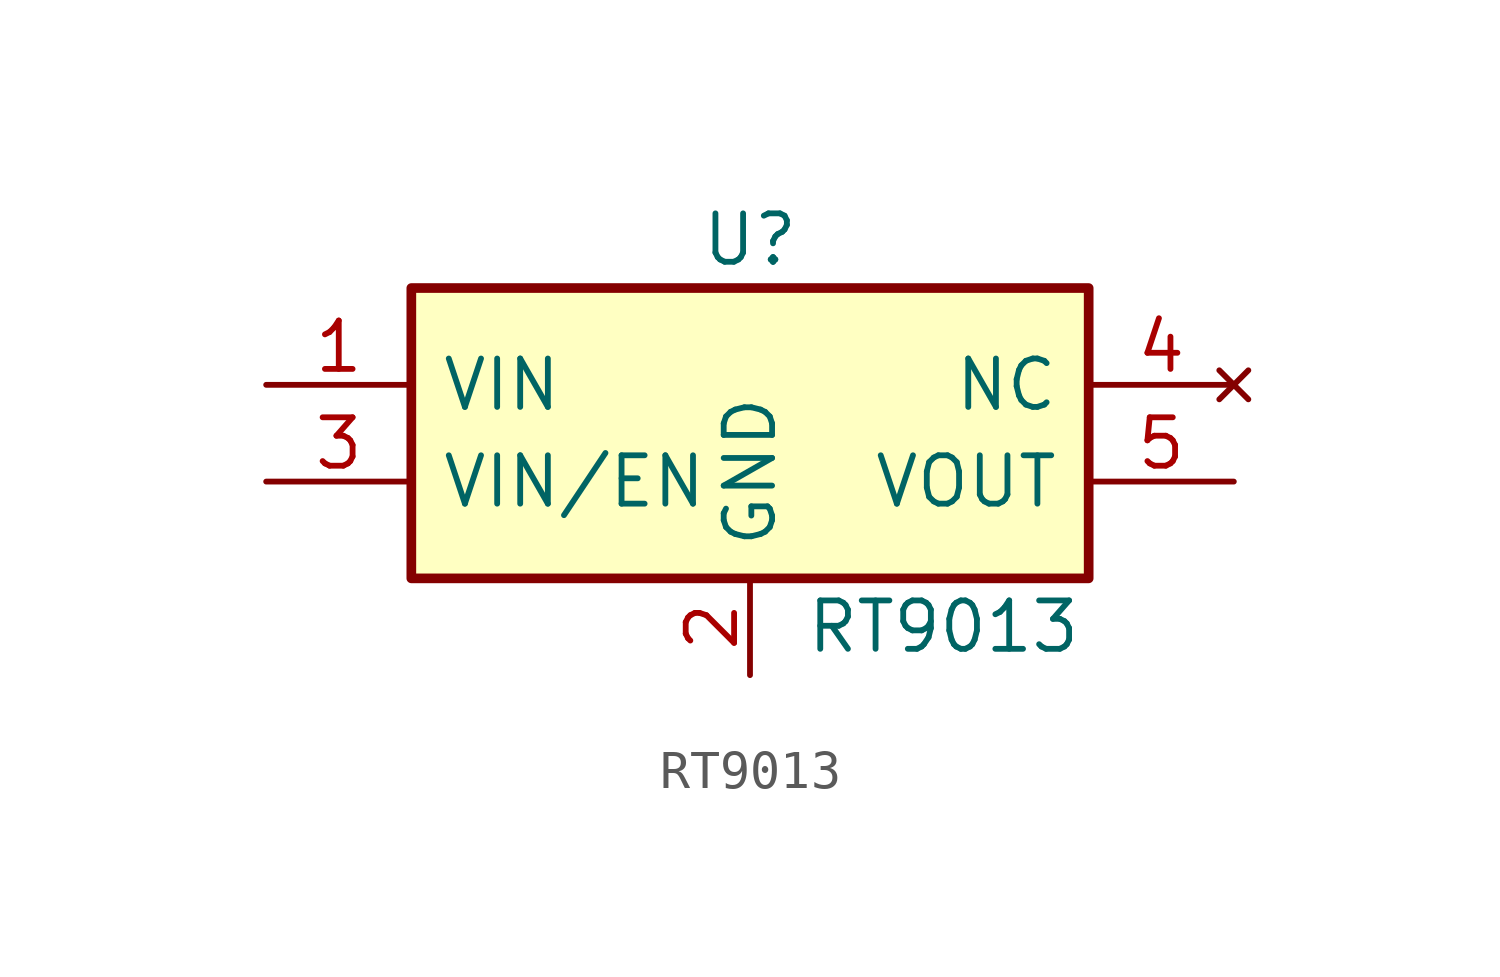
<source format=kicad_sym>
(kicad_symbol_lib
  (version 20211014)
  (generator kicad_symbol_editor)
  (symbol "RT9013"
    (pin_names
      (offset 0.762))
    (property "Reference" "U"
      (at 0 6.35 0)
      (effects (font (size 1.27 1.27))))
    (property "Value" "RT9013"
      (at 5.08 -3.81 0)
      (effects (font (size 1.27 1.27))))
    (symbol "RT9013_0_1"
      (rectangle (start -8.89 5.08) (end 8.89 -2.54) (stroke (width 0.254) (type default) (color 0 0 0 0)) (fill (type background))))
    (symbol "RT9013_1_1"
      (pin power_in line (at -12.7 2.54 0) (length 3.81) (name "VIN" (effects (font (size 1.27 1.27)))) (number "1" (effects (font (size 1.27 1.27)))))
      (pin power_in line (at 0 -5.08 90) (length 2.54) (name "GND" (effects (font (size 1.27 1.27)))) (number "2" (effects (font (size 1.27 1.27)))))
      (pin input line (at -12.7 0 0) (length 3.81) (name "VIN/EN" (effects (font (size 1.27 1.27)))) (number "3" (effects (font (size 1.27 1.27)))))
      (pin no_connect line (at 12.7 2.54 180) (length 3.81) (name "NC" (effects (font (size 1.27 1.27)))) (number "4" (effects (font (size 1.27 1.27)))))
      (pin power_out line (at 12.7 0 180) (length 3.81) (name "VOUT" (effects (font (size 1.27 1.27)))) (number "5" (effects (font (size 1.27 1.27))))))))
</source>
